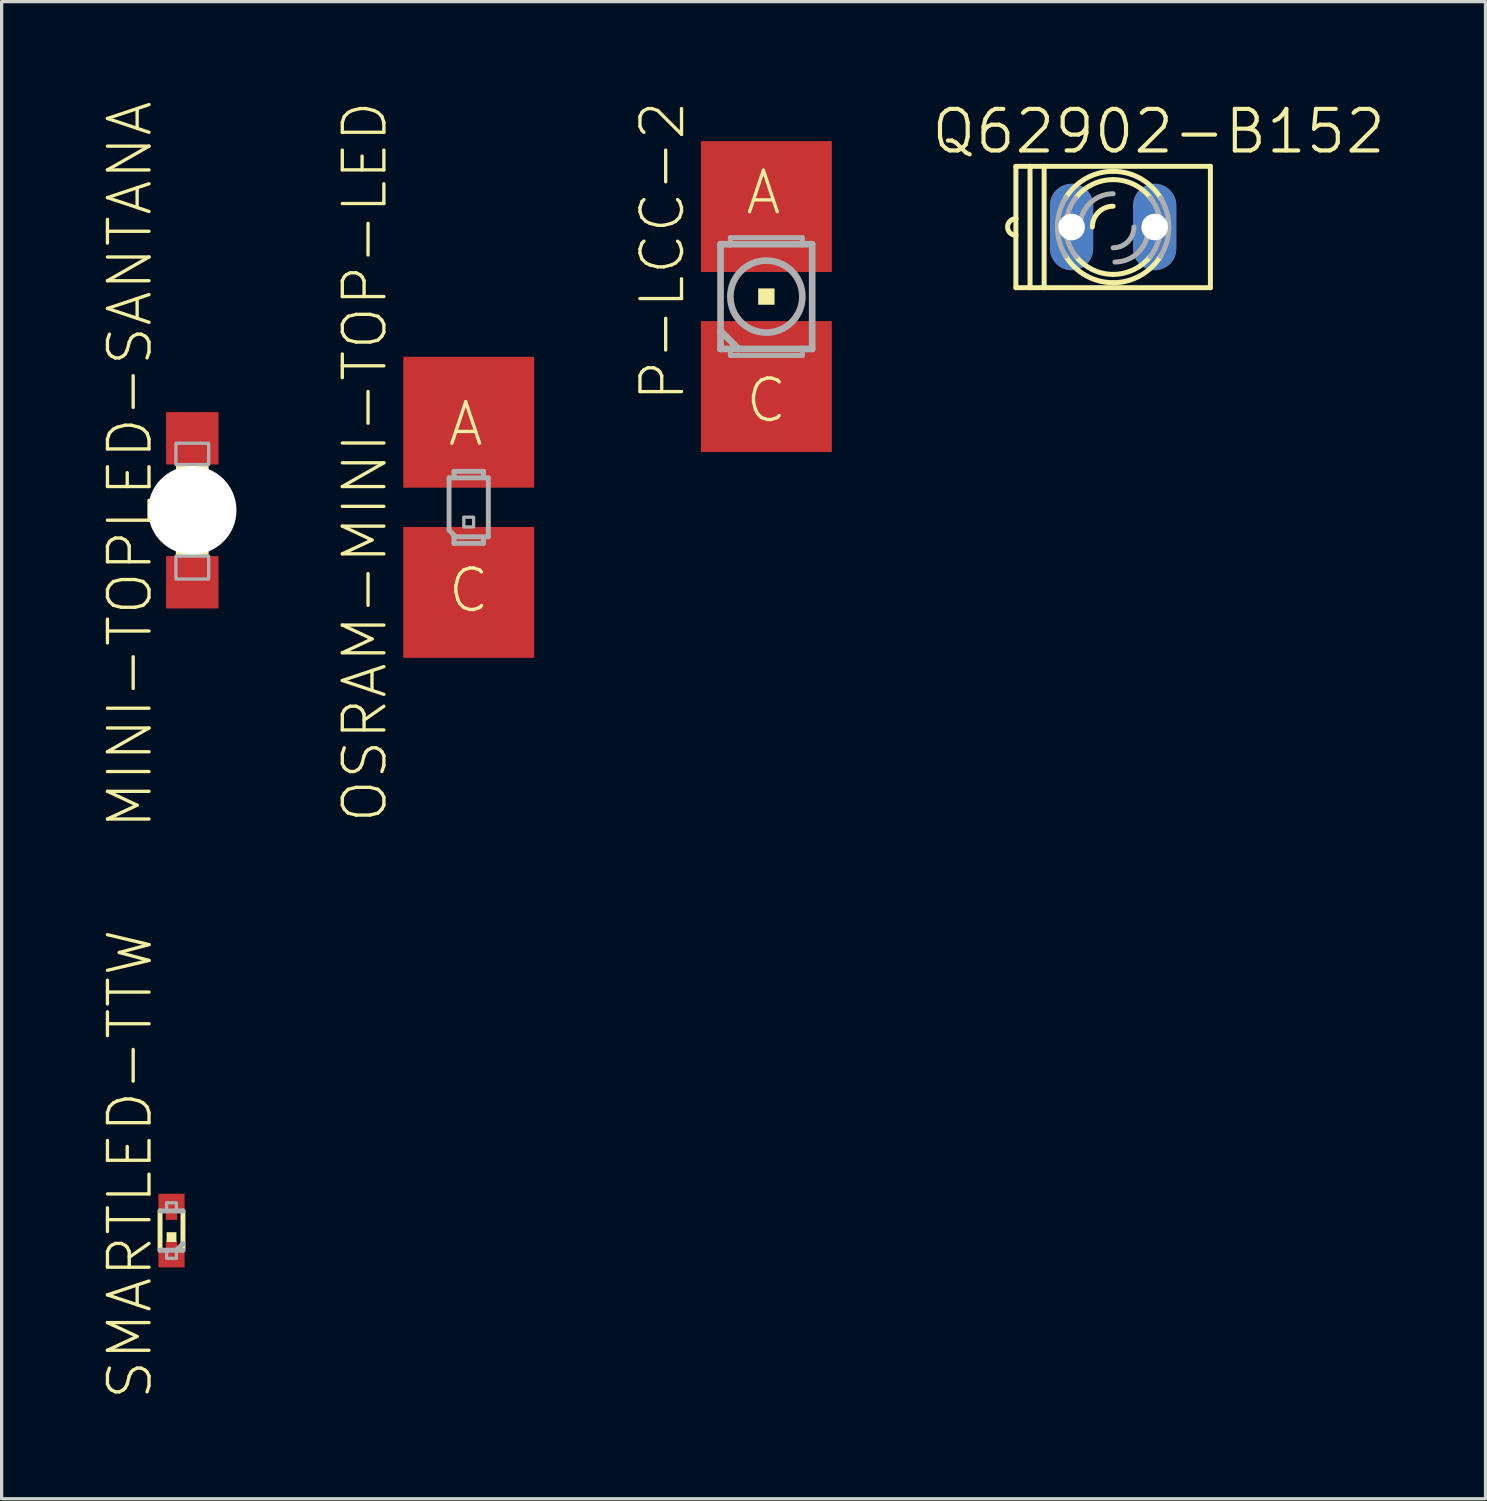
<source format=kicad_pcb>
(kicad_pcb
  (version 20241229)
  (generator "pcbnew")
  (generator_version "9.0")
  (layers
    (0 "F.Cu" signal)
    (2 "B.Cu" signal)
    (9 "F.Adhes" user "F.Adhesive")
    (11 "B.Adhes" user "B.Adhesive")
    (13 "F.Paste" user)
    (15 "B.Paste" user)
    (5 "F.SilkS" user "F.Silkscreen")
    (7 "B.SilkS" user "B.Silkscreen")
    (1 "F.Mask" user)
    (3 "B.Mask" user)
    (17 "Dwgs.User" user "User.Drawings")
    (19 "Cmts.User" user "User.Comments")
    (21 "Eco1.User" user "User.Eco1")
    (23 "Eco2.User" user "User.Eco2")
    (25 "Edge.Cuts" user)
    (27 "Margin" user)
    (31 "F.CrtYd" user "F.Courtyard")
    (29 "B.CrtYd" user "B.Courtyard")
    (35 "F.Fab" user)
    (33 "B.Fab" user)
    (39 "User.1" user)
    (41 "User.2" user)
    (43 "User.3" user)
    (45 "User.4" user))
  (footprint "SMARTLED-TTW"
    (layer "F.Cu")
    (at 2.191 34.554)
    (property "Reference" "SMARTLED-TTW" (at -1.27 -2.026 90) (layer "F.SilkS") (effects (font (size 1.27 1.27) (thickness 0.102))))
    (attr through_hole)
    (fp_poly (pts (xy -0.175 -0.7) (xy 0.175 -0.7) (xy 0.175 -0.325) (xy -0.175 -0.325)) (stroke (width 0) (type solid)) (fill yes) (layer "F.Mask"))
    (fp_poly (pts (xy -0.175 0.325) (xy 0.175 0.325) (xy 0.175 0.7) (xy -0.175 0.7)) (stroke (width 0) (type solid)) (fill yes) (layer "F.Mask"))
    (fp_line (start -0.35 0.6) (end -0.35 -0.6) (stroke (width 0.15) (type solid)) (layer "F.SilkS"))
    (fp_line (start 0.35 -0.6) (end 0.35 0.6) (stroke (width 0.15) (type solid)) (layer "F.SilkS"))
    (fp_poly (pts (xy -0.15 0.05) (xy 0.15 0.05) (xy 0.15 0.35) (xy -0.15 0.35)) (stroke (width 0) (type solid)) (fill yes) (layer "F.SilkS"))
    (fp_poly (pts (xy -0.225 -0.975) (xy 0.225 -0.975) (xy 0.225 -0.3) (xy -0.225 -0.3)) (stroke (width 0) (type solid)) (fill yes) (layer "F.Paste"))
    (fp_poly (pts (xy -0.225 0.3) (xy 0.225 0.3) (xy 0.225 0.975) (xy -0.225 0.975)) (stroke (width 0) (type solid)) (fill yes) (layer "F.Paste"))
    (fp_line (start -0.35 -0.6) (end 0.35 -0.6) (stroke (width 0.15) (type solid)) (layer "F.Fab"))
    (fp_line (start 0.15 0.6) (end -0.35 0.6) (stroke (width 0.15) (type solid)) (layer "F.Fab"))
    (fp_line (start 0.35 0.4) (end 0.15 0.6) (stroke (width 0.15) (type solid)) (layer "F.Fab"))
    (fp_line (start 0.35 0.6) (end 0.15 0.6) (stroke (width 0.15) (type solid)) (layer "F.Fab"))
    (fp_poly (pts (xy -0.15 -0.85) (xy 0.15 -0.85) (xy 0.15 -0.6) (xy -0.15 -0.6)) (stroke (width 0.1) (type solid)) (fill no) (layer "F.Fab"))
    (fp_poly (pts (xy -0.15 0.6) (xy 0.15 0.6) (xy 0.15 0.85) (xy -0.15 0.85)) (stroke (width 0.1) (type solid)) (fill no) (layer "F.Fab"))
    (pad "A" smd rect (at 0 0.875) (size 0.8 0.5) (layers "F.Cu"))
    (pad "A@1" smd rect (at 0 0.5) (size 0.35 0.35) (layers "F.Cu"))
    (pad "C" smd rect (at 0 -0.875) (size 0.8 0.5) (layers "F.Cu"))
    (pad "C@1" smd rect (at 0 -0.5) (size 0.35 0.35) (layers "F.Cu")))
  (footprint "P-LCC-2"
    (layer "F.Cu")
    (at 20.369 6.013)
    (property "Reference" "P-LCC-2" (at -3.175 -1.391 90) (layer "F.SilkS") (effects (font (size 1.27 1.27) (thickness 0.102))))
    (attr through_hole)
    (fp_poly (pts (xy -1.4 -2.35) (xy 1.4 -2.35) (xy 1.4 -0.65) (xy -1.4 -0.65)) (stroke (width 0) (type solid)) (fill yes) (layer "F.Mask"))
    (fp_poly (pts (xy -1.4 0.65) (xy 1.4 0.65) (xy 1.4 2.35) (xy -1.4 2.35)) (stroke (width 0) (type solid)) (fill yes) (layer "F.Mask"))
    (fp_poly (pts (xy -0.25 -0.25) (xy 0.25 -0.25) (xy 0.25 0.25) (xy -0.25 0.25)) (stroke (width 0) (type solid)) (fill yes) (layer "F.SilkS"))
    (fp_poly (pts (xy -1.3 -2.25) (xy 1.3 -2.25) (xy 1.3 -0.75) (xy -1.3 -0.75)) (stroke (width 0) (type solid)) (fill yes) (layer "F.Paste"))
    (fp_poly (pts (xy -1.3 0.75) (xy 1.3 0.75) (xy 1.3 2.25) (xy -1.3 2.25)) (stroke (width 0) (type solid)) (fill yes) (layer "F.Paste"))
    (fp_line (start -1.4 -1.6) (end -1.4 1.05) (stroke (width 0.203) (type solid)) (layer "F.Fab"))
    (fp_line (start -1.4 1.05) (end -1.4 1.6) (stroke (width 0.203) (type solid)) (layer "F.Fab"))
    (fp_line (start -1.4 1.6) (end -1.1 1.6) (stroke (width 0.203) (type solid)) (layer "F.Fab"))
    (fp_line (start -1.1 -1.8) (end 1.1 -1.8) (stroke (width 0.15) (type solid)) (layer "F.Fab"))
    (fp_line (start -1.1 -1.6) (end -1.4 -1.6) (stroke (width 0.203) (type solid)) (layer "F.Fab"))
    (fp_line (start -1.1 -1.6) (end -1.1 -1.8) (stroke (width 0.15) (type solid)) (layer "F.Fab"))
    (fp_line (start -1.1 1.6) (end -1.1 1.8) (stroke (width 0.15) (type solid)) (layer "F.Fab"))
    (fp_line (start -1.1 1.6) (end -0.85 1.6) (stroke (width 0.203) (type solid)) (layer "F.Fab"))
    (fp_line (start -1.1 1.8) (end 1.1 1.8) (stroke (width 0.15) (type solid)) (layer "F.Fab"))
    (fp_line (start -0.85 1.6) (end -1.4 1.05) (stroke (width 0.203) (type solid)) (layer "F.Fab"))
    (fp_line (start -0.85 1.6) (end 1.1 1.6) (stroke (width 0.203) (type solid)) (layer "F.Fab"))
    (fp_line (start 1.1 -1.8) (end 1.1 -1.6) (stroke (width 0.15) (type solid)) (layer "F.Fab"))
    (fp_line (start 1.1 -1.6) (end -1.1 -1.6) (stroke (width 0.203) (type solid)) (layer "F.Fab"))
    (fp_line (start 1.1 1.6) (end 1.4 1.6) (stroke (width 0.203) (type solid)) (layer "F.Fab"))
    (fp_line (start 1.1 1.8) (end 1.1 1.6) (stroke (width 0.15) (type solid)) (layer "F.Fab"))
    (fp_line (start 1.4 -1.6) (end 1.1 -1.6) (stroke (width 0.203) (type solid)) (layer "F.Fab"))
    (fp_line (start 1.4 1.6) (end 1.4 -1.6) (stroke (width 0.203) (type solid)) (layer "F.Fab"))
    (fp_circle (center 0 0) (end 1.1 0) (stroke (width 0.203) (type solid)) (fill no) (layer "F.Fab"))
    (fp_text user "C" (at 0 3.175 0) (layer "F.SilkS") (effects (font (size 1.27 1.27) (thickness 0.102))))
    (fp_text user "A" (at -0.091 -3.175 0) (layer "F.SilkS") (effects (font (size 1.27 1.27) (thickness 0.102))))
    (pad "A" smd rect (at 0 -2.75) (size 4 4) (layers "F.Cu"))
    (pad "C" smd rect (at 0 2.75) (size 4 4) (layers "F.Cu")))
  (footprint "OSRAM-MINI-TOP-LED"
    (layer "F.Cu")
    (at 11.273 12.453)
    (property "Reference" "OSRAM-MINI-TOP-LED" (at -3.175 -1.391 90) (layer "F.SilkS") (effects (font (size 1.27 1.27) (thickness 0.102))))
    (attr through_hole)
    (fp_poly (pts (xy -0.5 -1.4) (xy 0.5 -1.4) (xy 0.5 -0.6) (xy -0.5 -0.6)) (stroke (width 0) (type solid)) (fill yes) (layer "F.Mask"))
    (fp_poly (pts (xy -0.5 0.6) (xy 0.5 0.6) (xy 0.5 1.4) (xy -0.5 1.4)) (stroke (width 0) (type solid)) (fill yes) (layer "F.Mask"))
    (fp_poly (pts (xy -0.45 -1.35) (xy 0.45 -1.35) (xy 0.45 -0.65) (xy -0.45 -0.65)) (stroke (width 0) (type solid)) (fill yes) (layer "F.Paste"))
    (fp_poly (pts (xy -0.45 0.65) (xy 0.45 0.65) (xy 0.45 1.35) (xy -0.45 1.35)) (stroke (width 0) (type solid)) (fill yes) (layer "F.Paste"))
    (fp_line (start -0.6 -0.9) (end -0.6 0.7) (stroke (width 0.15) (type solid)) (layer "F.Fab"))
    (fp_line (start -0.6 0.7) (end -0.4 0.9) (stroke (width 0.15) (type solid)) (layer "F.Fab"))
    (fp_line (start -0.45 -1.1) (end 0.45 -1.1) (stroke (width 0.15) (type solid)) (layer "F.Fab"))
    (fp_line (start -0.45 -0.95) (end -0.45 -1.1) (stroke (width 0.15) (type solid)) (layer "F.Fab"))
    (fp_line (start -0.45 0.9) (end -0.45 1.1) (stroke (width 0.15) (type solid)) (layer "F.Fab"))
    (fp_line (start -0.45 0.9) (end -0.4 0.9) (stroke (width 0.15) (type solid)) (layer "F.Fab"))
    (fp_line (start -0.45 1.1) (end 0.45 1.1) (stroke (width 0.15) (type solid)) (layer "F.Fab"))
    (fp_line (start -0.4 0.9) (end 0.6 0.9) (stroke (width 0.15) (type solid)) (layer "F.Fab"))
    (fp_line (start 0.45 -1.1) (end 0.45 -0.95) (stroke (width 0.15) (type solid)) (layer "F.Fab"))
    (fp_line (start 0.45 1.1) (end 0.45 0.95) (stroke (width 0.15) (type solid)) (layer "F.Fab"))
    (fp_line (start 0.6 -0.9) (end -0.6 -0.9) (stroke (width 0.15) (type solid)) (layer "F.Fab"))
    (fp_line (start 0.6 0.9) (end 0.6 -0.9) (stroke (width 0.15) (type solid)) (layer "F.Fab"))
    (fp_poly (pts (xy -0.15 0.3) (xy 0.15 0.3) (xy 0.15 0.6) (xy -0.15 0.6)) (stroke (width 0.1) (type solid)) (fill no) (layer "F.Fab"))
    (fp_text user "A" (at -0.091 -2.54 0) (layer "F.SilkS") (effects (font (size 1.27 1.27) (thickness 0.102))))
    (fp_text user "C" (at 0 2.54 0) (layer "F.SilkS") (effects (font (size 1.27 1.27) (thickness 0.102))))
    (pad "A" smd rect (at 0 -2.6) (size 4 4) (layers "F.Cu"))
    (pad "C" smd rect (at 0 2.6) (size 4 4) (layers "F.Cu")))
  (footprint "MINI-TOPLED-SANTANA"
    (layer "F.Cu")
    (at 2.826 12.544)
    (property "Reference" "MINI-TOPLED-SANTANA" (at -1.905 -1.391 90) (layer "F.SilkS") (effects (font (size 1.27 1.27) (thickness 0.102))))
    (attr through_hole)
    (fp_poly (pts (xy -0.55 -2.1) (xy 0.55 -2.1) (xy 0.55 -1.5) (xy -0.55 -1.5)) (stroke (width 0) (type solid)) (fill yes) (layer "F.Mask"))
    (fp_poly (pts (xy -0.55 1.5) (xy 0.55 1.5) (xy 0.55 2.1) (xy -0.55 2.1)) (stroke (width 0) (type solid)) (fill yes) (layer "F.Mask"))
    (fp_line (start -0.7 -1) (end 0.7 -1) (stroke (width 0.15) (type solid)) (layer "F.SilkS"))
    (fp_line (start -0.7 1) (end -0.7 -1) (stroke (width 0.15) (type solid)) (layer "F.SilkS"))
    (fp_line (start -0.45 -0.7) (end 0.45 -0.7) (stroke (width 0.15) (type solid)) (layer "F.SilkS"))
    (fp_line (start -0.45 0.7) (end -0.45 -0.7) (stroke (width 0.15) (type solid)) (layer "F.SilkS"))
    (fp_line (start 0.35 1) (end -0.7 1) (stroke (width 0.15) (type solid)) (layer "F.SilkS"))
    (fp_line (start 0.45 -0.7) (end 0.45 0.7) (stroke (width 0.15) (type solid)) (layer "F.SilkS"))
    (fp_line (start 0.45 0.7) (end -0.45 0.7) (stroke (width 0.15) (type solid)) (layer "F.SilkS"))
    (fp_line (start 0.7 -1) (end 0.7 0.65) (stroke (width 0.15) (type solid)) (layer "F.SilkS"))
    (fp_line (start 0.7 0.65) (end 0.35 1) (stroke (width 0.15) (type solid)) (layer "F.SilkS"))
    (fp_line (start 0.7 0.65) (end 0.7 1) (stroke (width 0.15) (type solid)) (layer "F.SilkS"))
    (fp_line (start 0.7 1) (end 0.35 1) (stroke (width 0.15) (type solid)) (layer "F.SilkS"))
    (fp_poly (pts (xy -0.5 -1.4) (xy 0.5 -1.4) (xy 0.5 -1) (xy -0.5 -1)) (stroke (width 0) (type solid)) (fill yes) (layer "F.SilkS"))
    (fp_poly (pts (xy -0.5 1.05) (xy 0.5 1.05) (xy 0.5 1.4) (xy -0.5 1.4)) (stroke (width 0) (type solid)) (fill yes) (layer "F.SilkS"))
    (fp_poly (pts (xy -0.2 0.05) (xy 0.15 0.05) (xy 0.15 0.4) (xy -0.2 0.4)) (stroke (width 0) (type solid)) (fill yes) (layer "F.SilkS"))
    (fp_poly (pts (xy -0.5 -2.05) (xy 0.5 -2.05) (xy 0.5 -1.55) (xy -0.5 -1.55)) (stroke (width 0) (type solid)) (fill yes) (layer "F.Paste"))
    (fp_poly (pts (xy -0.5 1.55) (xy 0.5 1.55) (xy 0.5 2.05) (xy -0.5 2.05)) (stroke (width 0) (type solid)) (fill yes) (layer "F.Paste"))
    (fp_poly (pts (xy -0.5 -2.05) (xy 0.5 -2.05) (xy 0.5 -1.4) (xy -0.5 -1.4)) (stroke (width 0.1) (type solid)) (fill no) (layer "F.Fab"))
    (fp_poly (pts (xy -0.5 1.4) (xy 0.5 1.4) (xy 0.5 2.1) (xy -0.5 2.1)) (stroke (width 0.1) (type solid)) (fill no) (layer "F.Fab"))
    (pad "" np_thru_hole circle (at 0 0) (size 2.7 2.7) (drill 2.7) (layers "*.Cu"))
    (pad "A" smd rect (at 0 -2.2) (size 1.6 1.6) (layers "F.Cu"))
    (pad "C" smd rect (at 0 2.2) (size 1.6 1.6) (layers "F.Cu")))
  (footprint "Q62902-B152"
    (layer "F.Cu")
    (at 30.966 3.887)
    (property "Reference" "Q62902-B152" (at 1.391 -2.921 0) (layer "F.SilkS") (effects (font (size 1.27 1.27) (thickness 0.127))))
    (attr through_hole)
    (fp_line (start -2.972 -0.254) (end -2.972 -1.854) (stroke (width 0.152) (type solid)) (layer "F.SilkS"))
    (fp_line (start -2.972 0.254) (end -2.972 -0.254) (stroke (width 0.152) (type solid)) (layer "F.SilkS"))
    (fp_line (start -2.972 1.854) (end -2.972 0.254) (stroke (width 0.152) (type solid)) (layer "F.SilkS"))
    (fp_line (start -2.54 -1.854) (end -2.972 -1.854) (stroke (width 0.152) (type solid)) (layer "F.SilkS"))
    (fp_line (start -2.54 -1.854) (end -2.108 -1.854) (stroke (width 0.152) (type solid)) (layer "F.SilkS"))
    (fp_line (start -2.54 1.854) (end -2.972 1.854) (stroke (width 0.152) (type solid)) (layer "F.SilkS"))
    (fp_line (start -2.54 1.854) (end -2.54 -1.854) (stroke (width 0.152) (type solid)) (layer "F.SilkS"))
    (fp_line (start -2.108 -1.854) (end -2.108 1.854) (stroke (width 0.152) (type solid)) (layer "F.SilkS"))
    (fp_line (start -2.108 -1.854) (end 2.972 -1.854) (stroke (width 0.152) (type solid)) (layer "F.SilkS"))
    (fp_line (start -2.108 1.854) (end -2.54 1.854) (stroke (width 0.152) (type solid)) (layer "F.SilkS"))
    (fp_line (start 2.972 -1.854) (end 2.972 1.854) (stroke (width 0.152) (type solid)) (layer "F.SilkS"))
    (fp_line (start 2.972 1.854) (end -2.108 1.854) (stroke (width 0.152) (type solid)) (layer "F.SilkS"))
    (fp_arc (start -2.9718 0.254) (mid -3.2258 0) (end -2.9718 -0.254) (stroke (width 0.1524) (type solid)) (layer "F.SilkS"))
    (fp_arc (start -1.4618 -0.8714) (mid -0.840602 -1.479714) (end 0 -1.7018) (stroke (width 0.1524) (type solid)) (layer "F.SilkS"))
    (fp_arc (start -1.1486 -0.8814) (mid -0.640331 -1.298504) (end 0 -1.4478) (stroke (width 0.1524) (type solid)) (layer "F.SilkS"))
    (fp_arc (start -0.635 0) (mid -0.449013 -0.449013) (end 0 -0.635) (stroke (width 0.1524) (type solid)) (layer "F.SilkS"))
    (fp_arc (start 0 -1.7018) (mid 0.845401 -1.476932) (end 1.4674 -0.8618) (stroke (width 0.1524) (type solid)) (layer "F.SilkS"))
    (fp_arc (start 0 -1.4478) (mid 0.639595 -1.298866) (end 1.1476 -0.8827) (stroke (width 0.1524) (type solid)) (layer "F.SilkS"))
    (fp_arc (start 0 1.4478) (mid -0.630468 1.303314) (end -1.1351 0.8987) (stroke (width 0.1524) (type solid)) (layer "F.SilkS"))
    (fp_arc (start 0 1.7018) (mid -0.836616 1.481993) (end -1.4571 0.8793) (stroke (width 0.1524) (type solid)) (layer "F.SilkS"))
    (fp_arc (start 1.1305 0.9044) (mid 0.627152 1.304883) (end 0 1.4478) (stroke (width 0.1524) (type solid)) (layer "F.SilkS"))
    (fp_arc (start 1.4571 0.8793) (mid 0.836615 1.481993) (end 0 1.7018) (stroke (width 0.1524) (type solid)) (layer "F.SilkS"))
    (fp_arc (start -1.7018 0) (mid -1.636273 -0.467764) (end -1.4447 -0.8995) (stroke (width 0.1524) (type solid)) (layer "F.Fab"))
    (fp_arc (start -1.4502 0.8905) (mid -1.637689 0.462679) (end -1.7018 0) (stroke (width 0.1524) (type solid)) (layer "F.Fab"))
    (fp_arc (start -1.4478 0) (mid -1.370171 -0.46773) (end -1.1456 -0.8853) (stroke (width 0.1524) (type solid)) (layer "F.Fab"))
    (fp_arc (start -1.1305 0.9044) (mid -1.36616 0.479218) (end -1.4478 0) (stroke (width 0.1524) (type solid)) (layer "F.Fab"))
    (fp_arc (start -1.016 0) (mid -0.71842 -0.71842) (end 0 -1.016) (stroke (width 0.1524) (type solid)) (layer "F.Fab"))
    (fp_arc (start 0.635 0) (mid 0.449013 0.449013) (end 0 0.635) (stroke (width 0.1524) (type solid)) (layer "F.Fab"))
    (fp_arc (start 1.0699 0.0539) (mid 0.77232 0.77232) (end 0.0539 1.0699) (stroke (width 0.1524) (type solid)) (layer "F.Fab"))
    (fp_arc (start 1.1401 -0.8923) (mid 1.368706 -0.471929) (end 1.4478 0) (stroke (width 0.1524) (type solid)) (layer "F.Fab"))
    (fp_arc (start 1.4478 0) (mid 1.365525 0.481032) (end 1.1281 0.9074) (stroke (width 0.1524) (type solid)) (layer "F.Fab"))
    (fp_arc (start 1.4521 -0.8874) (mid 1.638182 -0.46093) (end 1.7018 0) (stroke (width 0.1524) (type solid)) (layer "F.Fab"))
    (fp_arc (start 1.7018 0) (mid 1.636576 0.466635) (end 1.4459 0.8975) (stroke (width 0.1524) (type solid)) (layer "F.Fab"))
    (pad "A" thru_hole oval (at 1.27 0) (size 1.321 2.642) (drill 0.813) (layers "*.Cu" "*.Mask"))
    (pad "K" thru_hole oval (at -1.27 0) (size 1.321 2.642) (drill 0.813) (layers "*.Cu" "*.Mask")))
  (gr_rect
    (start -3 -3)
    (end 42.345 42.75)
    (stroke (width 0.1) (type default))
    (fill no)
    (layer "Edge.Cuts")))
</source>
